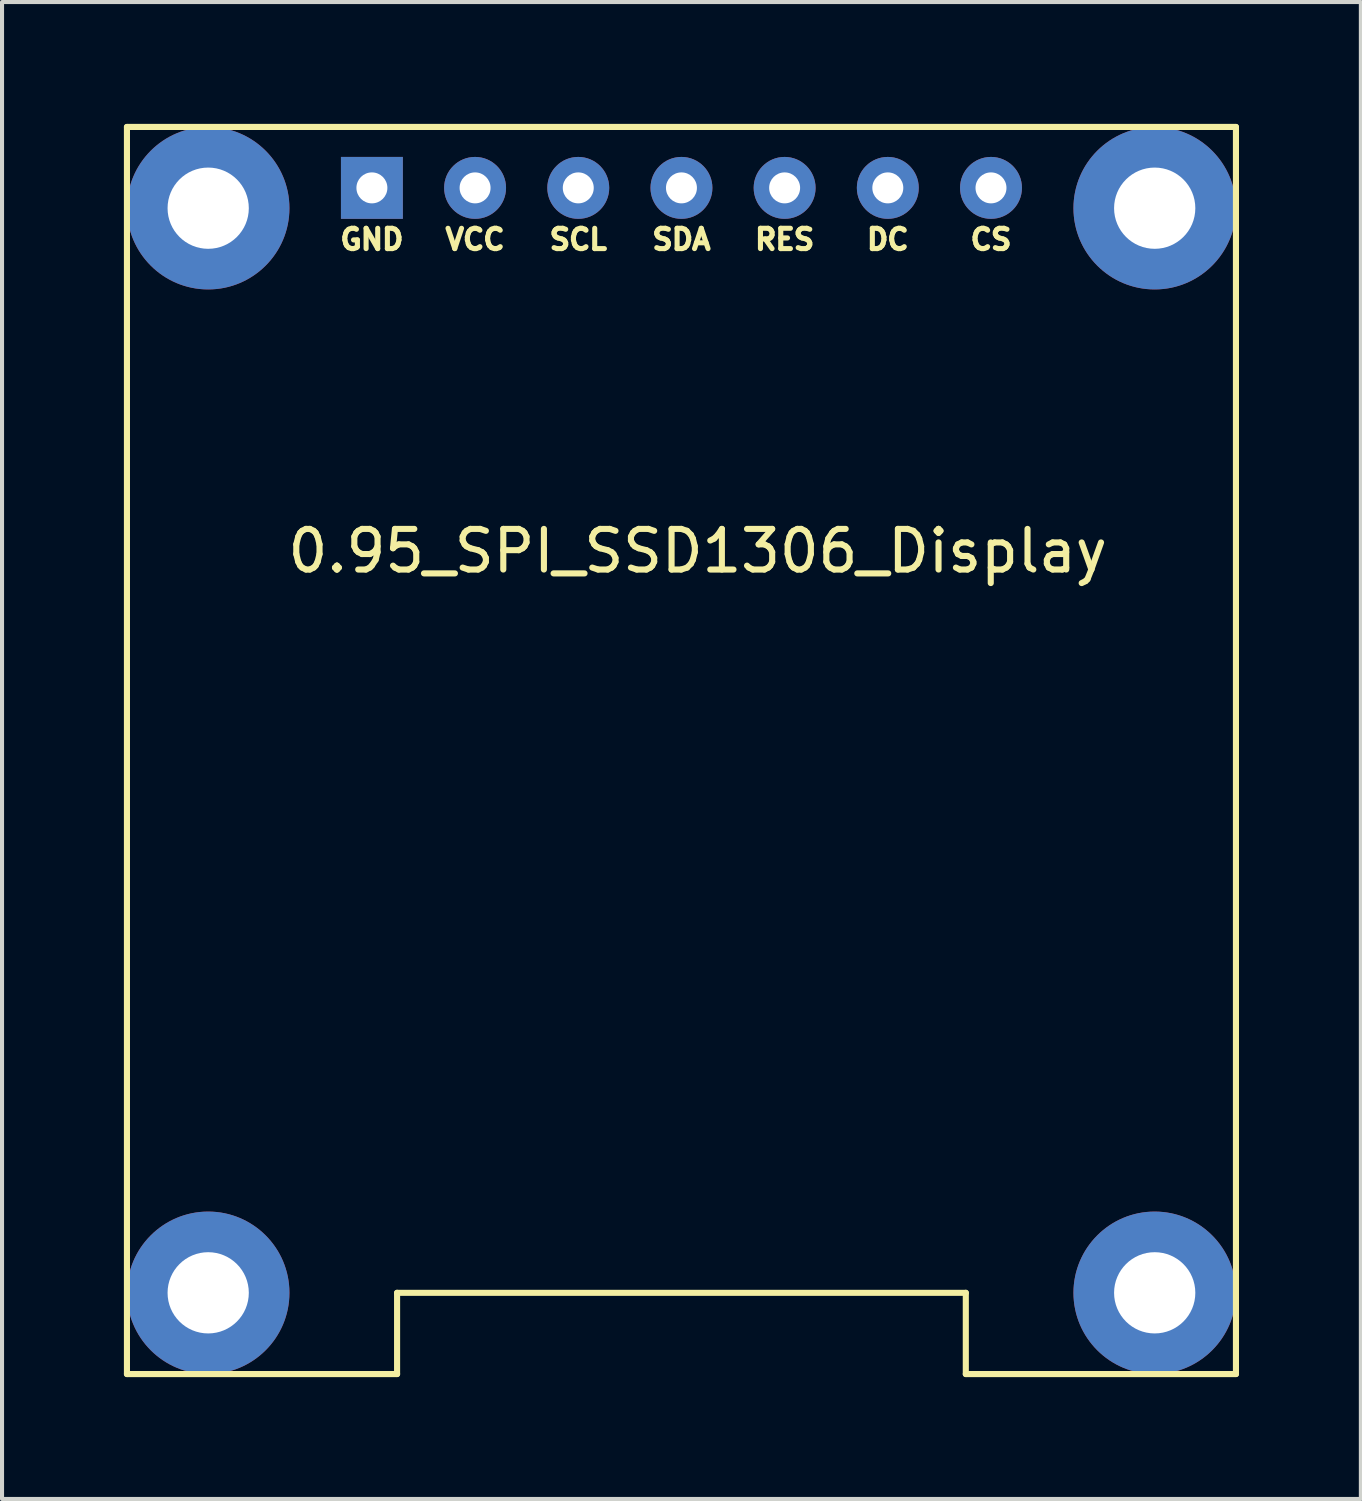
<source format=kicad_pcb>
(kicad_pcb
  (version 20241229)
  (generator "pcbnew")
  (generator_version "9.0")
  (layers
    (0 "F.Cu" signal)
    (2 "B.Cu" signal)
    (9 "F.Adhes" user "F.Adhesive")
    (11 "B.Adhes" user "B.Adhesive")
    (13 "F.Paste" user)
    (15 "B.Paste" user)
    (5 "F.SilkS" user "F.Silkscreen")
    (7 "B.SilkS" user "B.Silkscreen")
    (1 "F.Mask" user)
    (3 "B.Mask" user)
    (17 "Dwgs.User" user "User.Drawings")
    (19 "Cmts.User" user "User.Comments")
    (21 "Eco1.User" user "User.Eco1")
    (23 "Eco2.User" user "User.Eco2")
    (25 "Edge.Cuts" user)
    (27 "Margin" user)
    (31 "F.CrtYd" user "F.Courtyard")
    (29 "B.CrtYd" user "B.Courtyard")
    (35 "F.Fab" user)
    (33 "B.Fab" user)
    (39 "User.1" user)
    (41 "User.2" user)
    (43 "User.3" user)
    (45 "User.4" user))
  (footprint "0.95_SPI_SSD1306_Display"
    (layer "F.Cu")
    (at 6.105 1.575)
    (property "Reference" "0.95_SPI_SSD1306_Display" (at 8.02 8.94 0) (layer "F.SilkS") (effects (font (size 1 1) (thickness 0.15))))
    (attr through_hole)
    (fp_line (start -6.03 -1.5) (end -6.03 29.2) (stroke (width 0.15) (type solid)) (layer "F.SilkS"))
    (fp_line (start -6.03 29.2) (end 0.62 29.2) (stroke (width 0.15) (type solid)) (layer "F.SilkS"))
    (fp_line (start 0.62 27.2) (end 14.62 27.2) (stroke (width 0.15) (type solid)) (layer "F.SilkS"))
    (fp_line (start 0.62 29.2) (end 0.62 27.2) (stroke (width 0.15) (type solid)) (layer "F.SilkS"))
    (fp_line (start 14.62 29.2) (end 14.62 27.2) (stroke (width 0.15) (type solid)) (layer "F.SilkS"))
    (fp_line (start 21.27 -1.5) (end -6.03 -1.5) (stroke (width 0.15) (type solid)) (layer "F.SilkS"))
    (fp_line (start 21.27 -1.5) (end 21.27 29.2) (stroke (width 0.15) (type solid)) (layer "F.SilkS"))
    (fp_line (start 21.27 29.2) (end 14.62 29.2) (stroke (width 0.15) (type solid)) (layer "F.SilkS"))
    (fp_text user "VCC" (at 2.54 1.27 0) (layer "F.SilkS") (effects (font (size 0.5 0.5) (thickness 0.125))))
    (fp_text user "GND" (at 0 1.27 0) (layer "F.SilkS") (effects (font (size 0.5 0.5) (thickness 0.125))))
    (fp_text user "DC" (at 12.7 1.27 0) (layer "F.SilkS") (effects (font (size 0.5 0.5) (thickness 0.125))))
    (fp_text user "RES" (at 10.16 1.27 0) (layer "F.SilkS") (effects (font (size 0.5 0.5) (thickness 0.125))))
    (fp_text user "SCL" (at 5.08 1.27 0) (layer "F.SilkS") (effects (font (size 0.5 0.5) (thickness 0.125))))
    (fp_text user "CS" (at 15.24 1.27 0) (layer "F.SilkS") (effects (font (size 0.5 0.5) (thickness 0.125))))
    (fp_text user "SDA" (at 7.62 1.27 0) (layer "F.SilkS") (effects (font (size 0.5 0.5) (thickness 0.125))))
    (pad "0" thru_hole circle (at -4.03 0.5) (size 4 4) (drill 2) (layers "*.Cu" "*.Mask"))
    (pad "0" thru_hole circle (at -4.03 27.2) (size 4 4) (drill 2) (layers "*.Cu" "*.Mask"))
    (pad "0" thru_hole circle (at 19.27 0.5) (size 4 4) (drill 2) (layers "*.Cu" "*.Mask"))
    (pad "0" thru_hole circle (at 19.27 27.2) (size 4 4) (drill 2) (layers "*.Cu" "*.Mask"))
    (pad "1" thru_hole rect (at 0 0) (size 1.524 1.524) (drill 0.762) (layers "*.Cu" "*.Mask"))
    (pad "2" thru_hole circle (at 2.54 0) (size 1.524 1.524) (drill 0.762) (layers "*.Cu" "*.Mask"))
    (pad "3" thru_hole circle (at 5.08 0) (size 1.524 1.524) (drill 0.762) (layers "*.Cu" "*.Mask"))
    (pad "4" thru_hole circle (at 7.62 0) (size 1.524 1.524) (drill 0.762) (layers "*.Cu" "*.Mask"))
    (pad "5" thru_hole circle (at 10.16 0) (size 1.524 1.524) (drill 0.762) (layers "*.Cu" "*.Mask"))
    (pad "6" thru_hole circle (at 12.7 0) (size 1.524 1.524) (drill 0.762) (layers "*.Cu" "*.Mask"))
    (pad "7" thru_hole circle (at 15.24 0) (size 1.524 1.524) (drill 0.762) (layers "*.Cu" "*.Mask")))
  (gr_rect
    (start -3 -3)
    (end 30.45 33.85)
    (stroke (width 0.1) (type default))
    (fill no)
    (layer "Edge.Cuts")))
</source>
